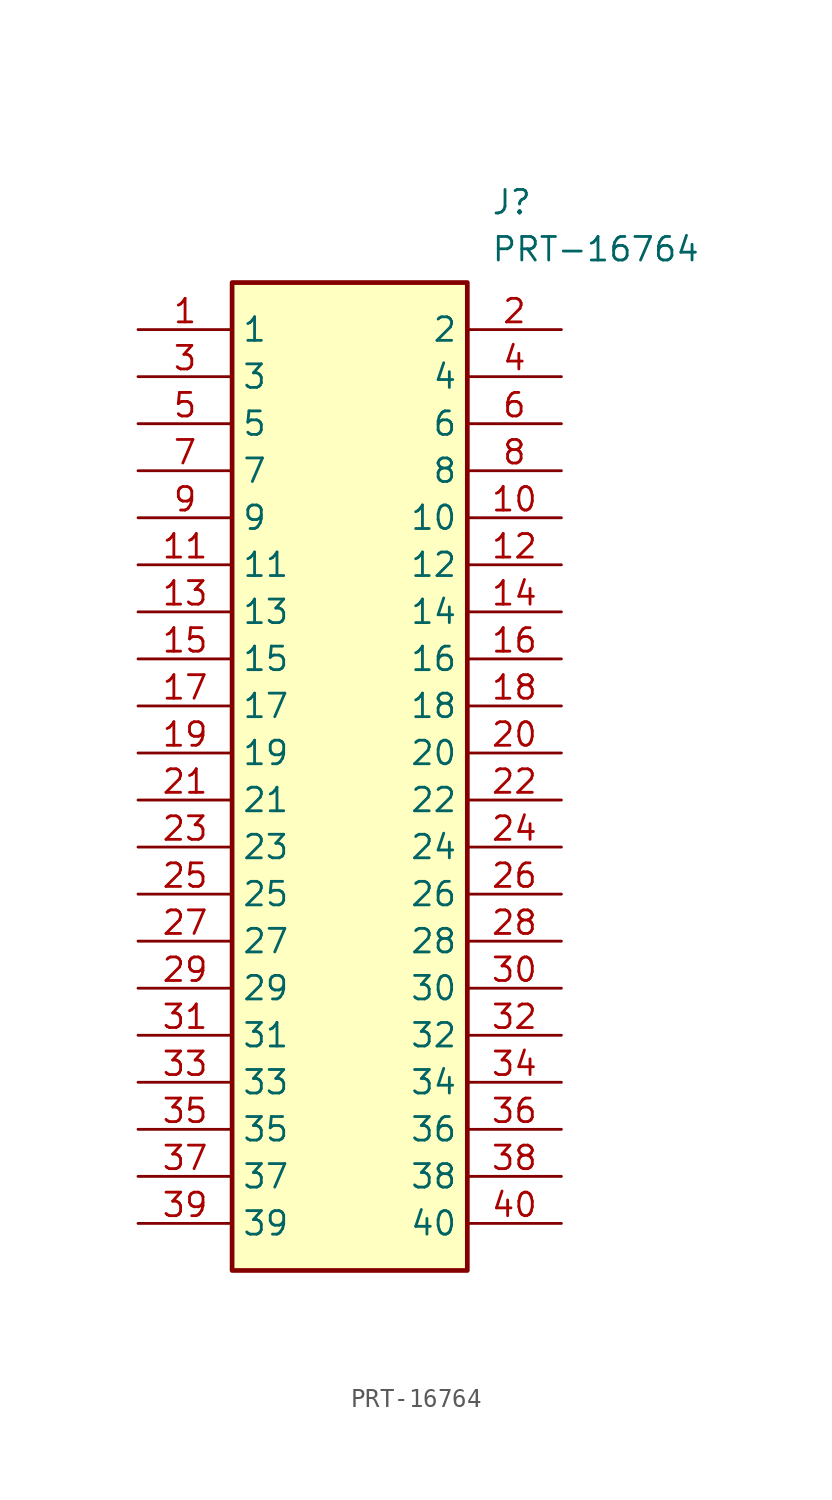
<source format=kicad_sym>
(kicad_symbol_lib
  (version 20211014)
  (generator SamacSys_ECAD_Model)
  (symbol "PRT-16764"
    (property "Reference" "J"
      (at 19.05 7.62 0)
      (effects (font (size 1.27 1.27)) (justify left top)))
    (property "Value" "PRT-16764"
      (at 19.05 5.08 0)
      (effects (font (size 1.27 1.27)) (justify left top)))
    (rectangle
      (start 5.08 2.54)
      (end 17.78 -50.8)
      (stroke (width 0.254) (type default))
      (fill (type background)))
    (pin passive line
      (at 0 0 0)
      (length 5.08)
      (name "1" (effects (font (size 1.27 1.27))))
      (number "1" (effects (font (size 1.27 1.27)))))
    (pin passive line
      (at 0 -2.54 0)
      (length 5.08)
      (name "3" (effects (font (size 1.27 1.27))))
      (number "3" (effects (font (size 1.27 1.27)))))
    (pin passive line
      (at 0 -5.08 0)
      (length 5.08)
      (name "5" (effects (font (size 1.27 1.27))))
      (number "5" (effects (font (size 1.27 1.27)))))
    (pin passive line
      (at 0 -7.62 0)
      (length 5.08)
      (name "7" (effects (font (size 1.27 1.27))))
      (number "7" (effects (font (size 1.27 1.27)))))
    (pin passive line
      (at 0 -10.16 0)
      (length 5.08)
      (name "9" (effects (font (size 1.27 1.27))))
      (number "9" (effects (font (size 1.27 1.27)))))
    (pin passive line
      (at 0 -12.7 0)
      (length 5.08)
      (name "11" (effects (font (size 1.27 1.27))))
      (number "11" (effects (font (size 1.27 1.27)))))
    (pin passive line
      (at 0 -15.24 0)
      (length 5.08)
      (name "13" (effects (font (size 1.27 1.27))))
      (number "13" (effects (font (size 1.27 1.27)))))
    (pin passive line
      (at 0 -17.78 0)
      (length 5.08)
      (name "15" (effects (font (size 1.27 1.27))))
      (number "15" (effects (font (size 1.27 1.27)))))
    (pin passive line
      (at 0 -20.32 0)
      (length 5.08)
      (name "17" (effects (font (size 1.27 1.27))))
      (number "17" (effects (font (size 1.27 1.27)))))
    (pin passive line
      (at 0 -22.86 0)
      (length 5.08)
      (name "19" (effects (font (size 1.27 1.27))))
      (number "19" (effects (font (size 1.27 1.27)))))
    (pin passive line
      (at 0 -25.4 0)
      (length 5.08)
      (name "21" (effects (font (size 1.27 1.27))))
      (number "21" (effects (font (size 1.27 1.27)))))
    (pin passive line
      (at 0 -27.94 0)
      (length 5.08)
      (name "23" (effects (font (size 1.27 1.27))))
      (number "23" (effects (font (size 1.27 1.27)))))
    (pin passive line
      (at 0 -30.48 0)
      (length 5.08)
      (name "25" (effects (font (size 1.27 1.27))))
      (number "25" (effects (font (size 1.27 1.27)))))
    (pin passive line
      (at 0 -33.02 0)
      (length 5.08)
      (name "27" (effects (font (size 1.27 1.27))))
      (number "27" (effects (font (size 1.27 1.27)))))
    (pin passive line
      (at 0 -35.56 0)
      (length 5.08)
      (name "29" (effects (font (size 1.27 1.27))))
      (number "29" (effects (font (size 1.27 1.27)))))
    (pin passive line
      (at 0 -38.1 0)
      (length 5.08)
      (name "31" (effects (font (size 1.27 1.27))))
      (number "31" (effects (font (size 1.27 1.27)))))
    (pin passive line
      (at 0 -40.64 0)
      (length 5.08)
      (name "33" (effects (font (size 1.27 1.27))))
      (number "33" (effects (font (size 1.27 1.27)))))
    (pin passive line
      (at 0 -43.18 0)
      (length 5.08)
      (name "35" (effects (font (size 1.27 1.27))))
      (number "35" (effects (font (size 1.27 1.27)))))
    (pin passive line
      (at 0 -45.72 0)
      (length 5.08)
      (name "37" (effects (font (size 1.27 1.27))))
      (number "37" (effects (font (size 1.27 1.27)))))
    (pin passive line
      (at 0 -48.26 0)
      (length 5.08)
      (name "39" (effects (font (size 1.27 1.27))))
      (number "39" (effects (font (size 1.27 1.27)))))
    (pin passive line
      (at 22.86 0 180)
      (length 5.08)
      (name "2" (effects (font (size 1.27 1.27))))
      (number "2" (effects (font (size 1.27 1.27)))))
    (pin passive line
      (at 22.86 -2.54 180)
      (length 5.08)
      (name "4" (effects (font (size 1.27 1.27))))
      (number "4" (effects (font (size 1.27 1.27)))))
    (pin passive line
      (at 22.86 -5.08 180)
      (length 5.08)
      (name "6" (effects (font (size 1.27 1.27))))
      (number "6" (effects (font (size 1.27 1.27)))))
    (pin passive line
      (at 22.86 -7.62 180)
      (length 5.08)
      (name "8" (effects (font (size 1.27 1.27))))
      (number "8" (effects (font (size 1.27 1.27)))))
    (pin passive line
      (at 22.86 -10.16 180)
      (length 5.08)
      (name "10" (effects (font (size 1.27 1.27))))
      (number "10" (effects (font (size 1.27 1.27)))))
    (pin passive line
      (at 22.86 -12.7 180)
      (length 5.08)
      (name "12" (effects (font (size 1.27 1.27))))
      (number "12" (effects (font (size 1.27 1.27)))))
    (pin passive line
      (at 22.86 -15.24 180)
      (length 5.08)
      (name "14" (effects (font (size 1.27 1.27))))
      (number "14" (effects (font (size 1.27 1.27)))))
    (pin passive line
      (at 22.86 -17.78 180)
      (length 5.08)
      (name "16" (effects (font (size 1.27 1.27))))
      (number "16" (effects (font (size 1.27 1.27)))))
    (pin passive line
      (at 22.86 -20.32 180)
      (length 5.08)
      (name "18" (effects (font (size 1.27 1.27))))
      (number "18" (effects (font (size 1.27 1.27)))))
    (pin passive line
      (at 22.86 -22.86 180)
      (length 5.08)
      (name "20" (effects (font (size 1.27 1.27))))
      (number "20" (effects (font (size 1.27 1.27)))))
    (pin passive line
      (at 22.86 -25.4 180)
      (length 5.08)
      (name "22" (effects (font (size 1.27 1.27))))
      (number "22" (effects (font (size 1.27 1.27)))))
    (pin passive line
      (at 22.86 -27.94 180)
      (length 5.08)
      (name "24" (effects (font (size 1.27 1.27))))
      (number "24" (effects (font (size 1.27 1.27)))))
    (pin passive line
      (at 22.86 -30.48 180)
      (length 5.08)
      (name "26" (effects (font (size 1.27 1.27))))
      (number "26" (effects (font (size 1.27 1.27)))))
    (pin passive line
      (at 22.86 -33.02 180)
      (length 5.08)
      (name "28" (effects (font (size 1.27 1.27))))
      (number "28" (effects (font (size 1.27 1.27)))))
    (pin passive line
      (at 22.86 -35.56 180)
      (length 5.08)
      (name "30" (effects (font (size 1.27 1.27))))
      (number "30" (effects (font (size 1.27 1.27)))))
    (pin passive line
      (at 22.86 -38.1 180)
      (length 5.08)
      (name "32" (effects (font (size 1.27 1.27))))
      (number "32" (effects (font (size 1.27 1.27)))))
    (pin passive line
      (at 22.86 -40.64 180)
      (length 5.08)
      (name "34" (effects (font (size 1.27 1.27))))
      (number "34" (effects (font (size 1.27 1.27)))))
    (pin passive line
      (at 22.86 -43.18 180)
      (length 5.08)
      (name "36" (effects (font (size 1.27 1.27))))
      (number "36" (effects (font (size 1.27 1.27)))))
    (pin passive line
      (at 22.86 -45.72 180)
      (length 5.08)
      (name "38" (effects (font (size 1.27 1.27))))
      (number "38" (effects (font (size 1.27 1.27)))))
    (pin passive line
      (at 22.86 -48.26 180)
      (length 5.08)
      (name "40" (effects (font (size 1.27 1.27))))
      (number "40" (effects (font (size 1.27 1.27)))))))
</source>
